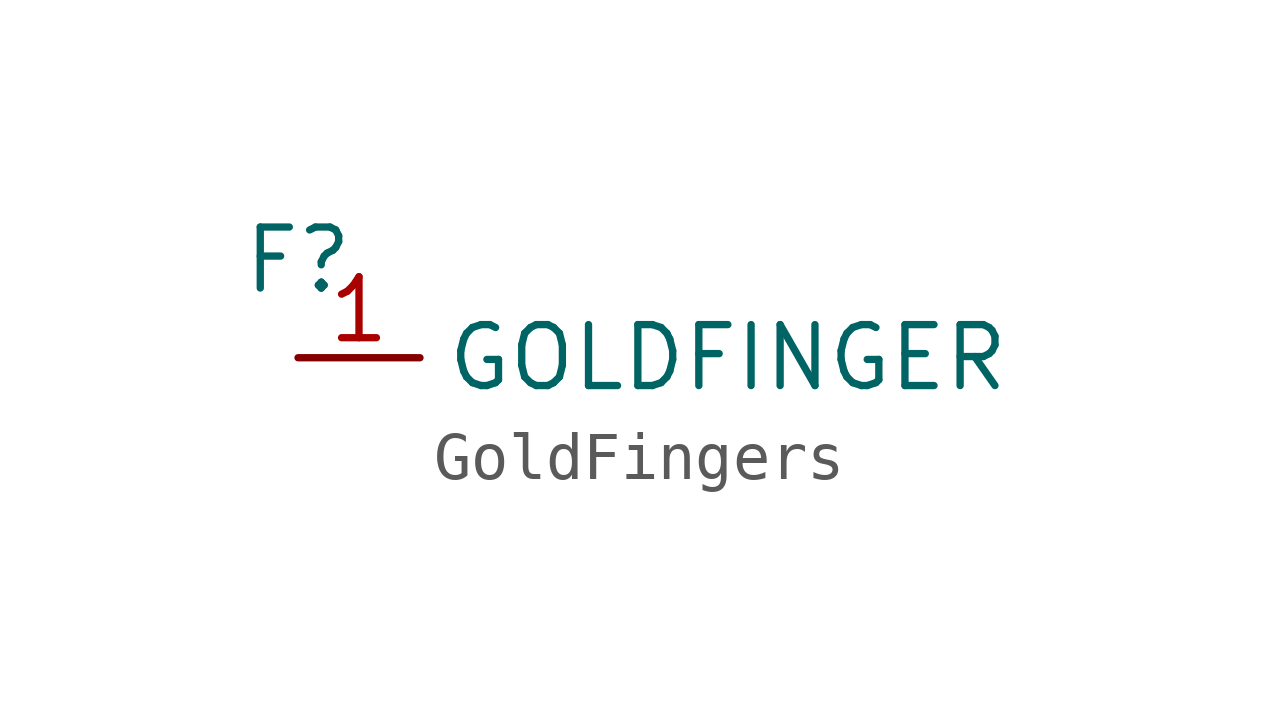
<source format=kicad_sym>
(kicad_symbol_lib
  (version 20241209)
  (generator "kicad_symbol_editor")
  (generator_version "9.0")
  (symbol "GoldFingers"
    (property "Reference" "F"
      (at 0 2.032 0)
      (effects (font (size 1.27 1.27))))
    (property "Value" ""
      (at 0 0 0)
      (effects (font (size 1.27 1.27))))
    (symbol "GoldFingers_1_1"
      (pin input line (at 0 0 0) (length 2.54) (name "GOLDFINGER" (effects (font (size 1.27 1.27)))) (number "1" (effects (font (size 1.27 1.27))))))))
</source>
